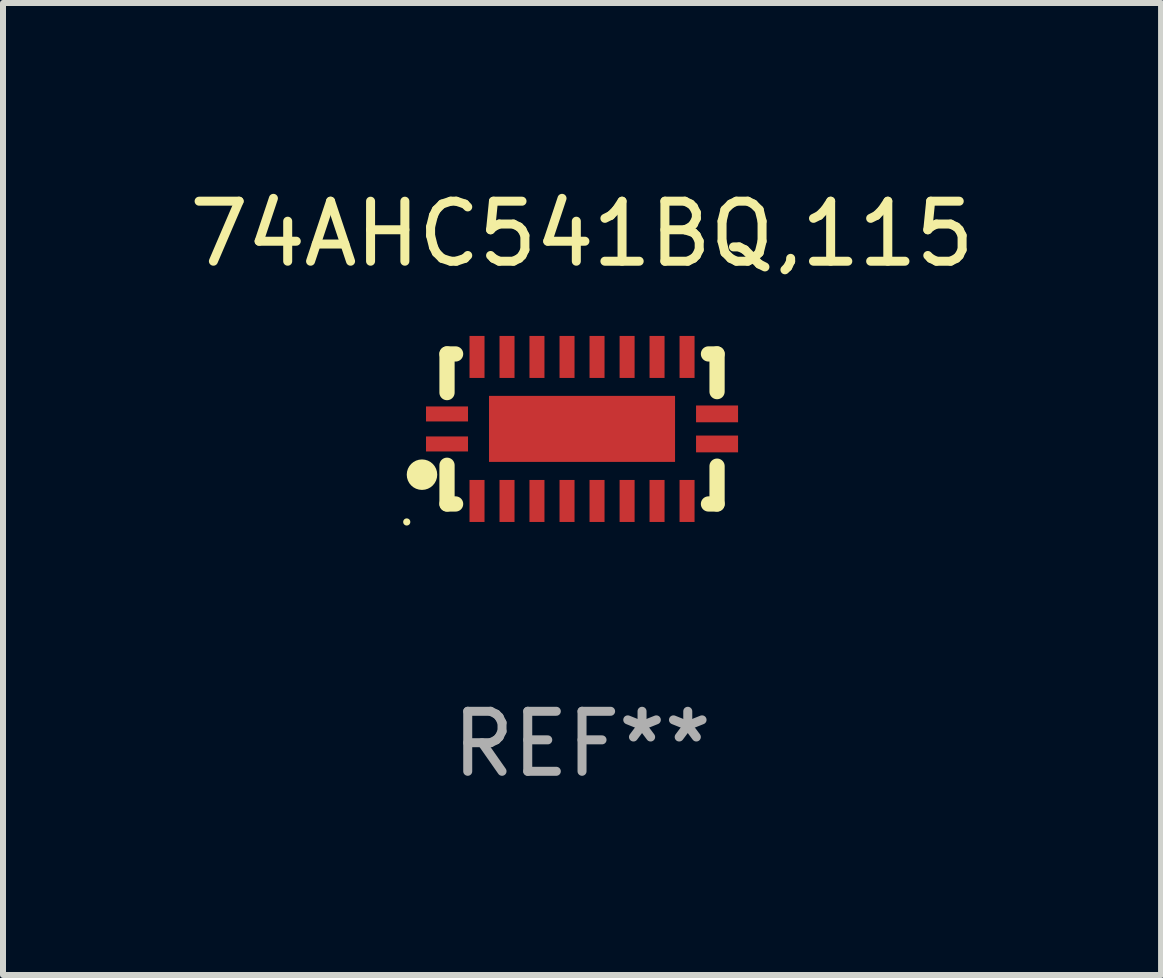
<source format=kicad_pcb>
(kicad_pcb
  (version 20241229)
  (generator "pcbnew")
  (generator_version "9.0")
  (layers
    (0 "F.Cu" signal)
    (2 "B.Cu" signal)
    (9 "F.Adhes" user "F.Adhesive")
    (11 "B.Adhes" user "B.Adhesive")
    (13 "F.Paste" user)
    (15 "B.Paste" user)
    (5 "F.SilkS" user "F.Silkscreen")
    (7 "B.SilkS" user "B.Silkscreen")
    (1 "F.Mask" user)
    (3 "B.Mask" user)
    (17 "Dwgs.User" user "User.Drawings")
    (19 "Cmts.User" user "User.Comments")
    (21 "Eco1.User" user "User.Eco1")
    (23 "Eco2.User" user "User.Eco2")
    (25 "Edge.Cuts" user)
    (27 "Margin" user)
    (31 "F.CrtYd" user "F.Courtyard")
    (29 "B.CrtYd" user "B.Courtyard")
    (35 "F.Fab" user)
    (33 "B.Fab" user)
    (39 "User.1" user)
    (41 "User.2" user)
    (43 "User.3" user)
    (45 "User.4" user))
  (footprint "74AHC541BQ,115"
    (layer "F.Cu")
    (at 6.649 4.098)
    (property "Reference" "74AHC541BQ,115" (at 0 -3.25 0) (layer "F.SilkS") (effects (font (size 1 1) (thickness 0.15))))
    (attr through_hole)
    (fp_line (start -2.25 0.605) (end -2.25 1.25) (stroke (width 0.254) (type solid)) (layer "F.SilkS"))
    (fp_line (start -2.25 1.25) (end -2.107 1.25) (stroke (width 0.254) (type solid)) (layer "F.SilkS"))
    (fp_line (start -2.25 -1.25) (end -2.25 -0.606) (stroke (width 0.254) (type solid)) (layer "F.SilkS"))
    (fp_line (start -2.25 -1.25) (end -2.107 -1.25) (stroke (width 0.254) (type solid)) (layer "F.SilkS"))
    (fp_line (start 2.107 -1.25) (end 2.25 -1.25) (stroke (width 0.254) (type solid)) (layer "F.SilkS"))
    (fp_line (start 2.107 1.25) (end 2.25 1.25) (stroke (width 0.254) (type solid)) (layer "F.SilkS"))
    (fp_line (start 2.25 -1.25) (end 2.25 -0.622) (stroke (width 0.254) (type solid)) (layer "F.SilkS"))
    (fp_line (start 2.25 0.62) (end 2.25 1.25) (stroke (width 0.254) (type solid)) (layer "F.SilkS"))
    (fp_circle (center -2.921 1.55) (end -2.891 1.55) (stroke (width 0.06) (type solid)) (fill no) (layer "F.SilkS"))
    (fp_circle (center -2.667 0.762) (end -2.54 0.762) (stroke (width 0.254) (type solid)) (fill no) (layer "F.SilkS"))
    (fp_text user "REF**" (at 0 5.25 0) (layer "F.Fab") (effects (font (size 1 1) (thickness 0.15))))
    (pad "1" smd rect (at -2.25 0.25 180) (size 0.7 0.25) (layers "F.Cu" "F.Mask" "F.Paste"))
    (pad "2" smd rect (at -1.75 1.2 90) (size 0.7 0.25) (layers "F.Cu" "F.Mask" "F.Paste"))
    (pad "3" smd rect (at -1.25 1.2 90) (size 0.7 0.25) (layers "F.Cu" "F.Mask" "F.Paste"))
    (pad "4" smd rect (at -0.751 1.2 90) (size 0.7 0.25) (layers "F.Cu" "F.Mask" "F.Paste"))
    (pad "5" smd rect (at -0.25 1.2 90) (size 0.7 0.25) (layers "F.Cu" "F.Mask" "F.Paste"))
    (pad "6" smd rect (at 0.25 1.2 90) (size 0.7 0.25) (layers "F.Cu" "F.Mask" "F.Paste"))
    (pad "7" smd rect (at 0.751 1.2 90) (size 0.7 0.25) (layers "F.Cu" "F.Mask" "F.Paste"))
    (pad "8" smd rect (at 1.25 1.2 90) (size 0.7 0.25) (layers "F.Cu" "F.Mask" "F.Paste"))
    (pad "9" smd rect (at 1.75 1.2 90) (size 0.7 0.25) (layers "F.Cu" "F.Mask" "F.Paste"))
    (pad "10" smd rect (at 2.25 0.25 180) (size 0.7 0.28) (layers "F.Cu" "F.Mask" "F.Paste"))
    (pad "11" smd rect (at 2.25 -0.251 180) (size 0.7 0.28) (layers "F.Cu" "F.Mask" "F.Paste"))
    (pad "12" smd rect (at 1.75 -1.2 90) (size 0.7 0.25) (layers "F.Cu" "F.Mask" "F.Paste"))
    (pad "13" smd rect (at 1.25 -1.2 90) (size 0.7 0.25) (layers "F.Cu" "F.Mask" "F.Paste"))
    (pad "14" smd rect (at 0.751 -1.2 90) (size 0.7 0.25) (layers "F.Cu" "F.Mask" "F.Paste"))
    (pad "15" smd rect (at 0.25 -1.2 90) (size 0.7 0.25) (layers "F.Cu" "F.Mask" "F.Paste"))
    (pad "16" smd rect (at -0.25 -1.2 90) (size 0.7 0.25) (layers "F.Cu" "F.Mask" "F.Paste"))
    (pad "17" smd rect (at -0.751 -1.2 90) (size 0.7 0.25) (layers "F.Cu" "F.Mask" "F.Paste"))
    (pad "18" smd rect (at -1.25 -1.2 90) (size 0.7 0.25) (layers "F.Cu" "F.Mask" "F.Paste"))
    (pad "19" smd rect (at -1.75 -1.2 90) (size 0.7 0.25) (layers "F.Cu" "F.Mask" "F.Paste"))
    (pad "20" smd rect (at -2.25 -0.25 180) (size 0.7 0.25) (layers "F.Cu" "F.Mask" "F.Paste"))
    (pad "21" smd rect (at 0 -0.001 180) (size 3.1 1.1) (layers "F.Cu" "F.Mask" "F.Paste")))
  (gr_rect
    (start -3 -3)
    (end 16.298 13.197)
    (stroke (width 0.1) (type default))
    (fill no)
    (layer "Edge.Cuts")))
</source>
